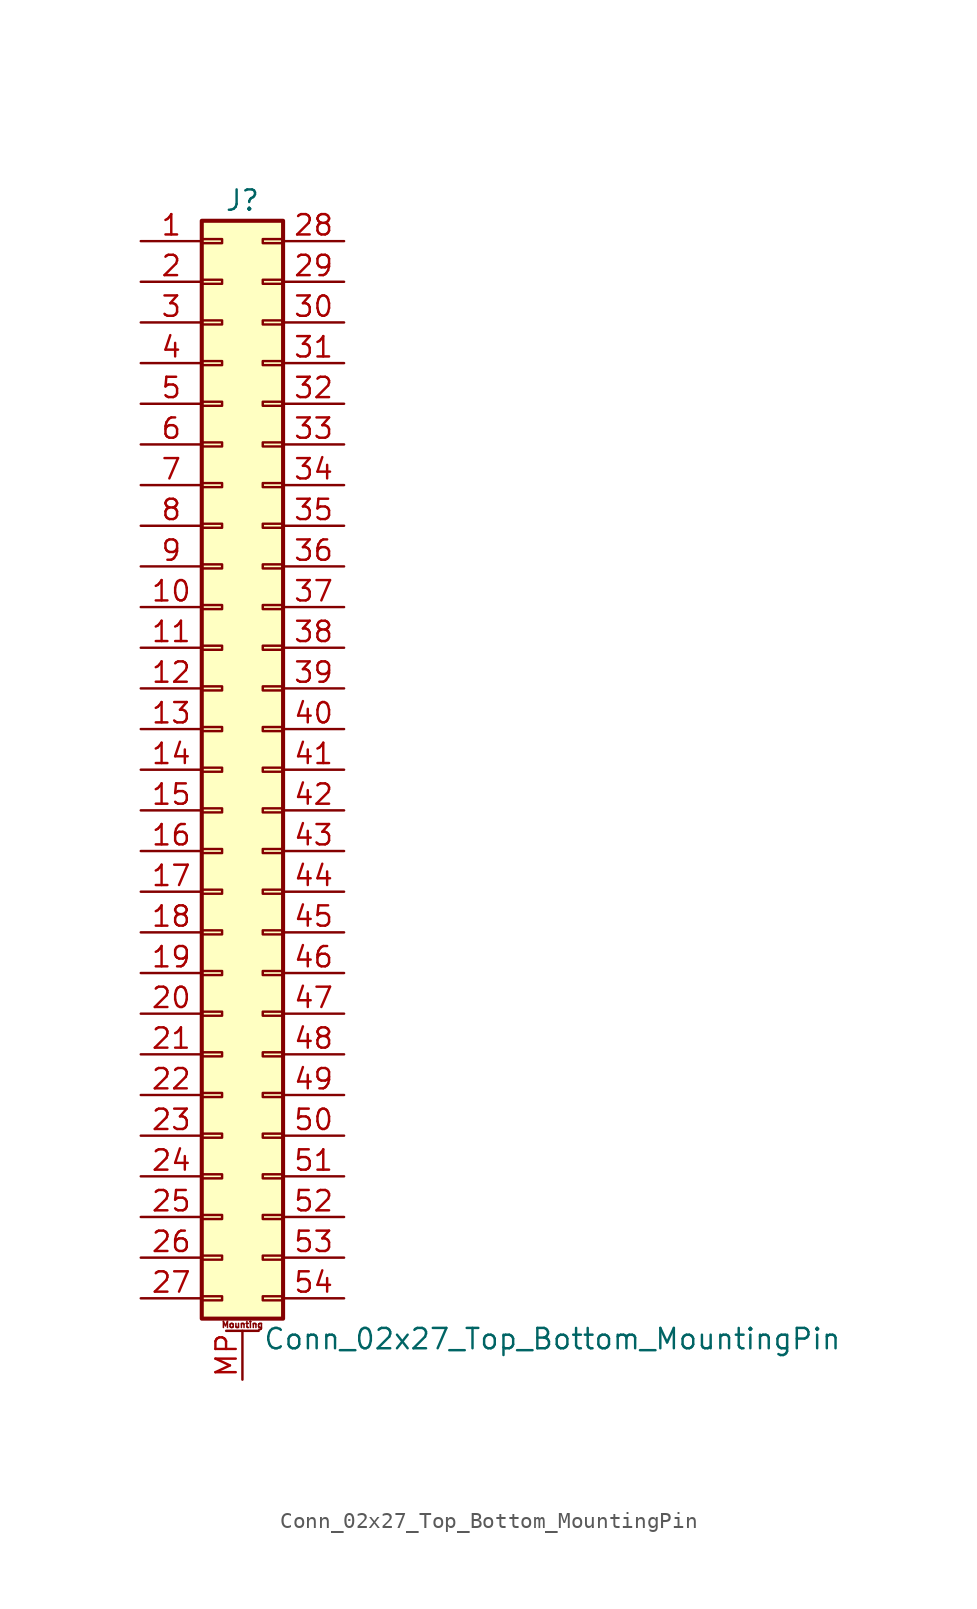
<source format=kicad_sym>
(kicad_symbol_lib
  (version 20201005)
  (generator kicad_symbol_editor)
  (symbol "Connector_Generic_MountingPin:Conn_02x27_Top_Bottom_MountingPin"
    (pin_names
      (offset 1.016) hide)
    (property "Reference" "J"
      (at 1.27 35.56 0)
      (effects (font (size 1.27 1.27))))
    (property "Value" "Conn_02x27_Top_Bottom_MountingPin"
      (at 2.54 -35.56 0)
      (effects (font (size 1.27 1.27)) (justify left)))
    (symbol "Conn_02x27_Top_Bottom_MountingPin_1_1"
      (text "Mounting" (at 1.27 -34.671 0) (effects (font (size 0.381 0.381))))
      (rectangle (start -1.27 -27.813) (end 0 -28.067) (stroke (width 0.152)) (fill (type none)))
      (rectangle (start -1.27 -30.353) (end 0 -30.607) (stroke (width 0.152)) (fill (type none)))
      (rectangle (start -1.27 -32.893) (end 0 -33.147) (stroke (width 0.152)) (fill (type none)))
      (rectangle (start -1.27 -4.953) (end 0 -5.207) (stroke (width 0.152)) (fill (type none)))
      (rectangle (start -1.27 -7.493) (end 0 -7.747) (stroke (width 0.152)) (fill (type none)))
      (rectangle (start -1.27 -10.033) (end 0 -10.287) (stroke (width 0.152)) (fill (type none)))
      (rectangle (start -1.27 -12.573) (end 0 -12.827) (stroke (width 0.152)) (fill (type none)))
      (rectangle (start -1.27 -15.113) (end 0 -15.367) (stroke (width 0.152)) (fill (type none)))
      (rectangle (start -1.27 -17.653) (end 0 -17.907) (stroke (width 0.152)) (fill (type none)))
      (rectangle (start -1.27 -20.193) (end 0 -20.447) (stroke (width 0.152)) (fill (type none)))
      (rectangle (start -1.27 -22.733) (end 0 -22.987) (stroke (width 0.152)) (fill (type none)))
      (rectangle (start -1.27 -2.413) (end 0 -2.667) (stroke (width 0.152)) (fill (type none)))
      (rectangle (start -1.27 -25.273) (end 0 -25.527) (stroke (width 0.152)) (fill (type none)))
      (rectangle (start -1.27 25.527) (end 0 25.273) (stroke (width 0.152)) (fill (type none)))
      (rectangle (start -1.27 2.667) (end 0 2.413) (stroke (width 0.152)) (fill (type none)))
      (rectangle (start -1.27 28.067) (end 0 27.813) (stroke (width 0.152)) (fill (type none)))
      (rectangle (start -1.27 30.607) (end 0 30.353) (stroke (width 0.152)) (fill (type none)))
      (rectangle (start -1.27 33.147) (end 0 32.893) (stroke (width 0.152)) (fill (type none)))
      (rectangle (start -1.27 34.29) (end 3.81 -34.29) (stroke (width 0.254)) (fill (type background)))
      (rectangle (start -1.27 5.207) (end 0 4.953) (stroke (width 0.152)) (fill (type none)))
      (rectangle (start -1.27 7.747) (end 0 7.493) (stroke (width 0.152)) (fill (type none)))
      (rectangle (start -1.27 10.287) (end 0 10.033) (stroke (width 0.152)) (fill (type none)))
      (rectangle (start -1.27 0.127) (end 0 -0.127) (stroke (width 0.152)) (fill (type none)))
      (rectangle (start -1.27 12.827) (end 0 12.573) (stroke (width 0.152)) (fill (type none)))
      (rectangle (start -1.27 15.367) (end 0 15.113) (stroke (width 0.152)) (fill (type none)))
      (rectangle (start -1.27 17.907) (end 0 17.653) (stroke (width 0.152)) (fill (type none)))
      (rectangle (start -1.27 20.447) (end 0 20.193) (stroke (width 0.152)) (fill (type none)))
      (rectangle (start -1.27 22.987) (end 0 22.733) (stroke (width 0.152)) (fill (type none)))
      (rectangle (start 3.81 -27.813) (end 2.54 -28.067) (stroke (width 0.152)) (fill (type none)))
      (rectangle (start 3.81 -30.353) (end 2.54 -30.607) (stroke (width 0.152)) (fill (type none)))
      (rectangle (start 3.81 -32.893) (end 2.54 -33.147) (stroke (width 0.152)) (fill (type none)))
      (rectangle (start 3.81 -4.953) (end 2.54 -5.207) (stroke (width 0.152)) (fill (type none)))
      (rectangle (start 3.81 -7.493) (end 2.54 -7.747) (stroke (width 0.152)) (fill (type none)))
      (rectangle (start 3.81 -10.033) (end 2.54 -10.287) (stroke (width 0.152)) (fill (type none)))
      (rectangle (start 3.81 -12.573) (end 2.54 -12.827) (stroke (width 0.152)) (fill (type none)))
      (rectangle (start 3.81 -15.113) (end 2.54 -15.367) (stroke (width 0.152)) (fill (type none)))
      (rectangle (start 3.81 -17.653) (end 2.54 -17.907) (stroke (width 0.152)) (fill (type none)))
      (rectangle (start 3.81 -20.193) (end 2.54 -20.447) (stroke (width 0.152)) (fill (type none)))
      (rectangle (start 3.81 -22.733) (end 2.54 -22.987) (stroke (width 0.152)) (fill (type none)))
      (rectangle (start 3.81 -2.413) (end 2.54 -2.667) (stroke (width 0.152)) (fill (type none)))
      (rectangle (start 3.81 -25.273) (end 2.54 -25.527) (stroke (width 0.152)) (fill (type none)))
      (rectangle (start 3.81 25.527) (end 2.54 25.273) (stroke (width 0.152)) (fill (type none)))
      (rectangle (start 3.81 2.667) (end 2.54 2.413) (stroke (width 0.152)) (fill (type none)))
      (rectangle (start 3.81 28.067) (end 2.54 27.813) (stroke (width 0.152)) (fill (type none)))
      (rectangle (start 3.81 30.607) (end 2.54 30.353) (stroke (width 0.152)) (fill (type none)))
      (rectangle (start 3.81 33.147) (end 2.54 32.893) (stroke (width 0.152)) (fill (type none)))
      (rectangle (start 3.81 5.207) (end 2.54 4.953) (stroke (width 0.152)) (fill (type none)))
      (rectangle (start 3.81 7.747) (end 2.54 7.493) (stroke (width 0.152)) (fill (type none)))
      (rectangle (start 3.81 10.287) (end 2.54 10.033) (stroke (width 0.152)) (fill (type none)))
      (rectangle (start 3.81 0.127) (end 2.54 -0.127) (stroke (width 0.152)) (fill (type none)))
      (rectangle (start 3.81 12.827) (end 2.54 12.573) (stroke (width 0.152)) (fill (type none)))
      (rectangle (start 3.81 15.367) (end 2.54 15.113) (stroke (width 0.152)) (fill (type none)))
      (rectangle (start 3.81 17.907) (end 2.54 17.653) (stroke (width 0.152)) (fill (type none)))
      (rectangle (start 3.81 20.447) (end 2.54 20.193) (stroke (width 0.152)) (fill (type none)))
      (rectangle (start 3.81 22.987) (end 2.54 22.733) (stroke (width 0.152)) (fill (type none)))
      (polyline (pts (xy 0.254 -35.052) (xy 2.286 -35.052)) (stroke (width 0.152)) (fill (type none)))
      (pin passive line (at 1.27 -38.1 90) (length 3.048) (name "MountPin" (effects (font (size 1.27 1.27)))) (number "MP" (effects (font (size 1.27 1.27)))))
      (pin passive line (at -5.08 33.02 0) (length 3.81) (name "Pin_1" (effects (font (size 1.27 1.27)))) (number "1" (effects (font (size 1.27 1.27)))))
      (pin passive line (at -5.08 10.16 0) (length 3.81) (name "Pin_10" (effects (font (size 1.27 1.27)))) (number "10" (effects (font (size 1.27 1.27)))))
      (pin passive line (at -5.08 7.62 0) (length 3.81) (name "Pin_11" (effects (font (size 1.27 1.27)))) (number "11" (effects (font (size 1.27 1.27)))))
      (pin passive line (at -5.08 5.08 0) (length 3.81) (name "Pin_12" (effects (font (size 1.27 1.27)))) (number "12" (effects (font (size 1.27 1.27)))))
      (pin passive line (at -5.08 2.54 0) (length 3.81) (name "Pin_13" (effects (font (size 1.27 1.27)))) (number "13" (effects (font (size 1.27 1.27)))))
      (pin passive line (at -5.08 0 0) (length 3.81) (name "Pin_14" (effects (font (size 1.27 1.27)))) (number "14" (effects (font (size 1.27 1.27)))))
      (pin passive line (at -5.08 -2.54 0) (length 3.81) (name "Pin_15" (effects (font (size 1.27 1.27)))) (number "15" (effects (font (size 1.27 1.27)))))
      (pin passive line (at -5.08 -5.08 0) (length 3.81) (name "Pin_16" (effects (font (size 1.27 1.27)))) (number "16" (effects (font (size 1.27 1.27)))))
      (pin passive line (at -5.08 -7.62 0) (length 3.81) (name "Pin_17" (effects (font (size 1.27 1.27)))) (number "17" (effects (font (size 1.27 1.27)))))
      (pin passive line (at -5.08 -10.16 0) (length 3.81) (name "Pin_18" (effects (font (size 1.27 1.27)))) (number "18" (effects (font (size 1.27 1.27)))))
      (pin passive line (at -5.08 -12.7 0) (length 3.81) (name "Pin_19" (effects (font (size 1.27 1.27)))) (number "19" (effects (font (size 1.27 1.27)))))
      (pin passive line (at -5.08 30.48 0) (length 3.81) (name "Pin_2" (effects (font (size 1.27 1.27)))) (number "2" (effects (font (size 1.27 1.27)))))
      (pin passive line (at -5.08 -15.24 0) (length 3.81) (name "Pin_20" (effects (font (size 1.27 1.27)))) (number "20" (effects (font (size 1.27 1.27)))))
      (pin passive line (at -5.08 -17.78 0) (length 3.81) (name "Pin_21" (effects (font (size 1.27 1.27)))) (number "21" (effects (font (size 1.27 1.27)))))
      (pin passive line (at -5.08 -20.32 0) (length 3.81) (name "Pin_22" (effects (font (size 1.27 1.27)))) (number "22" (effects (font (size 1.27 1.27)))))
      (pin passive line (at -5.08 -22.86 0) (length 3.81) (name "Pin_23" (effects (font (size 1.27 1.27)))) (number "23" (effects (font (size 1.27 1.27)))))
      (pin passive line (at -5.08 -25.4 0) (length 3.81) (name "Pin_24" (effects (font (size 1.27 1.27)))) (number "24" (effects (font (size 1.27 1.27)))))
      (pin passive line (at -5.08 -27.94 0) (length 3.81) (name "Pin_25" (effects (font (size 1.27 1.27)))) (number "25" (effects (font (size 1.27 1.27)))))
      (pin passive line (at -5.08 -30.48 0) (length 3.81) (name "Pin_26" (effects (font (size 1.27 1.27)))) (number "26" (effects (font (size 1.27 1.27)))))
      (pin passive line (at -5.08 -33.02 0) (length 3.81) (name "Pin_27" (effects (font (size 1.27 1.27)))) (number "27" (effects (font (size 1.27 1.27)))))
      (pin passive line (at 7.62 33.02 180) (length 3.81) (name "Pin_28" (effects (font (size 1.27 1.27)))) (number "28" (effects (font (size 1.27 1.27)))))
      (pin passive line (at 7.62 30.48 180) (length 3.81) (name "Pin_29" (effects (font (size 1.27 1.27)))) (number "29" (effects (font (size 1.27 1.27)))))
      (pin passive line (at -5.08 27.94 0) (length 3.81) (name "Pin_3" (effects (font (size 1.27 1.27)))) (number "3" (effects (font (size 1.27 1.27)))))
      (pin passive line (at 7.62 27.94 180) (length 3.81) (name "Pin_30" (effects (font (size 1.27 1.27)))) (number "30" (effects (font (size 1.27 1.27)))))
      (pin passive line (at 7.62 25.4 180) (length 3.81) (name "Pin_31" (effects (font (size 1.27 1.27)))) (number "31" (effects (font (size 1.27 1.27)))))
      (pin passive line (at 7.62 22.86 180) (length 3.81) (name "Pin_32" (effects (font (size 1.27 1.27)))) (number "32" (effects (font (size 1.27 1.27)))))
      (pin passive line (at 7.62 20.32 180) (length 3.81) (name "Pin_33" (effects (font (size 1.27 1.27)))) (number "33" (effects (font (size 1.27 1.27)))))
      (pin passive line (at 7.62 17.78 180) (length 3.81) (name "Pin_34" (effects (font (size 1.27 1.27)))) (number "34" (effects (font (size 1.27 1.27)))))
      (pin passive line (at 7.62 15.24 180) (length 3.81) (name "Pin_35" (effects (font (size 1.27 1.27)))) (number "35" (effects (font (size 1.27 1.27)))))
      (pin passive line (at 7.62 12.7 180) (length 3.81) (name "Pin_36" (effects (font (size 1.27 1.27)))) (number "36" (effects (font (size 1.27 1.27)))))
      (pin passive line (at 7.62 10.16 180) (length 3.81) (name "Pin_37" (effects (font (size 1.27 1.27)))) (number "37" (effects (font (size 1.27 1.27)))))
      (pin passive line (at 7.62 7.62 180) (length 3.81) (name "Pin_38" (effects (font (size 1.27 1.27)))) (number "38" (effects (font (size 1.27 1.27)))))
      (pin passive line (at 7.62 5.08 180) (length 3.81) (name "Pin_39" (effects (font (size 1.27 1.27)))) (number "39" (effects (font (size 1.27 1.27)))))
      (pin passive line (at -5.08 25.4 0) (length 3.81) (name "Pin_4" (effects (font (size 1.27 1.27)))) (number "4" (effects (font (size 1.27 1.27)))))
      (pin passive line (at 7.62 2.54 180) (length 3.81) (name "Pin_40" (effects (font (size 1.27 1.27)))) (number "40" (effects (font (size 1.27 1.27)))))
      (pin passive line (at 7.62 0 180) (length 3.81) (name "Pin_41" (effects (font (size 1.27 1.27)))) (number "41" (effects (font (size 1.27 1.27)))))
      (pin passive line (at 7.62 -2.54 180) (length 3.81) (name "Pin_42" (effects (font (size 1.27 1.27)))) (number "42" (effects (font (size 1.27 1.27)))))
      (pin passive line (at 7.62 -5.08 180) (length 3.81) (name "Pin_43" (effects (font (size 1.27 1.27)))) (number "43" (effects (font (size 1.27 1.27)))))
      (pin passive line (at 7.62 -7.62 180) (length 3.81) (name "Pin_44" (effects (font (size 1.27 1.27)))) (number "44" (effects (font (size 1.27 1.27)))))
      (pin passive line (at 7.62 -10.16 180) (length 3.81) (name "Pin_45" (effects (font (size 1.27 1.27)))) (number "45" (effects (font (size 1.27 1.27)))))
      (pin passive line (at 7.62 -12.7 180) (length 3.81) (name "Pin_46" (effects (font (size 1.27 1.27)))) (number "46" (effects (font (size 1.27 1.27)))))
      (pin passive line (at 7.62 -15.24 180) (length 3.81) (name "Pin_47" (effects (font (size 1.27 1.27)))) (number "47" (effects (font (size 1.27 1.27)))))
      (pin passive line (at 7.62 -17.78 180) (length 3.81) (name "Pin_48" (effects (font (size 1.27 1.27)))) (number "48" (effects (font (size 1.27 1.27)))))
      (pin passive line (at 7.62 -20.32 180) (length 3.81) (name "Pin_49" (effects (font (size 1.27 1.27)))) (number "49" (effects (font (size 1.27 1.27)))))
      (pin passive line (at -5.08 22.86 0) (length 3.81) (name "Pin_5" (effects (font (size 1.27 1.27)))) (number "5" (effects (font (size 1.27 1.27)))))
      (pin passive line (at 7.62 -22.86 180) (length 3.81) (name "Pin_50" (effects (font (size 1.27 1.27)))) (number "50" (effects (font (size 1.27 1.27)))))
      (pin passive line (at 7.62 -25.4 180) (length 3.81) (name "Pin_51" (effects (font (size 1.27 1.27)))) (number "51" (effects (font (size 1.27 1.27)))))
      (pin passive line (at 7.62 -27.94 180) (length 3.81) (name "Pin_52" (effects (font (size 1.27 1.27)))) (number "52" (effects (font (size 1.27 1.27)))))
      (pin passive line (at 7.62 -30.48 180) (length 3.81) (name "Pin_53" (effects (font (size 1.27 1.27)))) (number "53" (effects (font (size 1.27 1.27)))))
      (pin passive line (at 7.62 -33.02 180) (length 3.81) (name "Pin_54" (effects (font (size 1.27 1.27)))) (number "54" (effects (font (size 1.27 1.27)))))
      (pin passive line (at -5.08 20.32 0) (length 3.81) (name "Pin_6" (effects (font (size 1.27 1.27)))) (number "6" (effects (font (size 1.27 1.27)))))
      (pin passive line (at -5.08 17.78 0) (length 3.81) (name "Pin_7" (effects (font (size 1.27 1.27)))) (number "7" (effects (font (size 1.27 1.27)))))
      (pin passive line (at -5.08 15.24 0) (length 3.81) (name "Pin_8" (effects (font (size 1.27 1.27)))) (number "8" (effects (font (size 1.27 1.27)))))
      (pin passive line (at -5.08 12.7 0) (length 3.81) (name "Pin_9" (effects (font (size 1.27 1.27)))) (number "9" (effects (font (size 1.27 1.27))))))))
</source>
